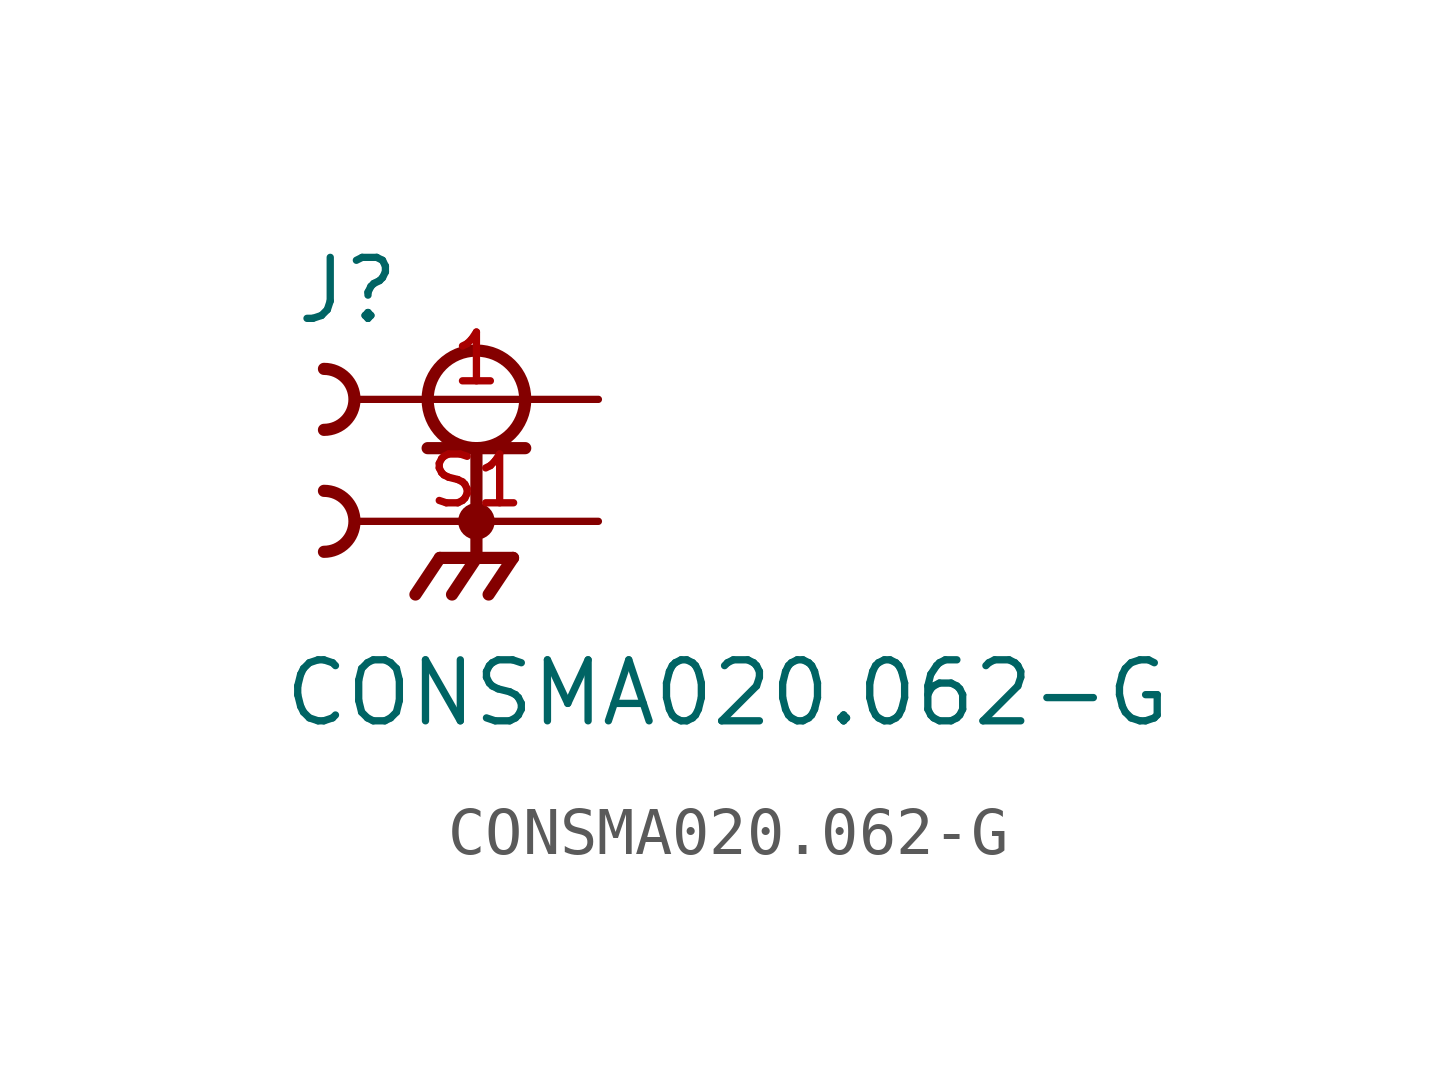
<source format=kicad_sym>
(kicad_symbol_lib
  (version 20211014)
  (generator kicad_symbol_editor)
  (symbol "CONSMA020.062-G"
    (pin_names
      (offset 1.016))
    (property "Reference" "J"
      (at -3.81 1.524 0)
      (effects (font (size 1.27 1.27)) (justify bottom left)))
    (property "Value" "CONSMA020.062-G"
      (at -4.064 -6.858 0)
      (effects (font (size 1.27 1.27)) (justify bottom left)))
    (symbol "CONSMA020.062-G_0_0"
      (circle (center 0.0 0.0) (radius 1.016) (stroke (width 0.254)) (fill (type none)))
      (polyline (pts (xy -1.016 -1.016) (xy 0.0 -1.016)) (stroke (width 0.254)))
      (polyline (pts (xy 0.0 -1.016) (xy 1.016 -1.016)) (stroke (width 0.254)))
      (polyline (pts (xy 0.0 -1.016) (xy 0.0 -3.302)) (stroke (width 0.254)))
      (circle (center 0.0 -2.54) (radius 0.254) (stroke (width 0.254)) (fill (type none)))
      (polyline (pts (xy 0.0 -3.302) (xy -0.762 -3.302)) (stroke (width 0.254)))
      (polyline (pts (xy 0.0 -3.302) (xy 0.762 -3.302)) (stroke (width 0.254)))
      (polyline (pts (xy -0.762 -3.302) (xy -1.27 -4.064)) (stroke (width 0.254)))
      (polyline (pts (xy 0.0 -3.302) (xy -0.508 -4.064)) (stroke (width 0.254)))
      (polyline (pts (xy 0.762 -3.302) (xy 0.254 -4.064)) (stroke (width 0.254)))
      (arc (start -3.175 0.635) (mid -2.54 -0.0) (end -3.175 -0.635) (stroke (width 0.254) (type default) (color 0 0 0 0)) (fill (type none)))
      (arc (start -3.175 -1.905) (mid -2.54 -2.54) (end -3.175 -3.175) (stroke (width 0.254) (type default) (color 0 0 0 0)) (fill (type none)))
      (pin passive line (at 2.54 0.0 180.0) (length 5.08) (name "~" (effects (font (size 1.016 1.016)))) (number "1" (effects (font (size 1.016 1.016)))))
      (pin passive line (at 2.54 -2.54 180.0) (length 5.08) (name "~" (effects (font (size 1.016 1.016)))) (number "S1" (effects (font (size 1.016 1.016))))))))
</source>
